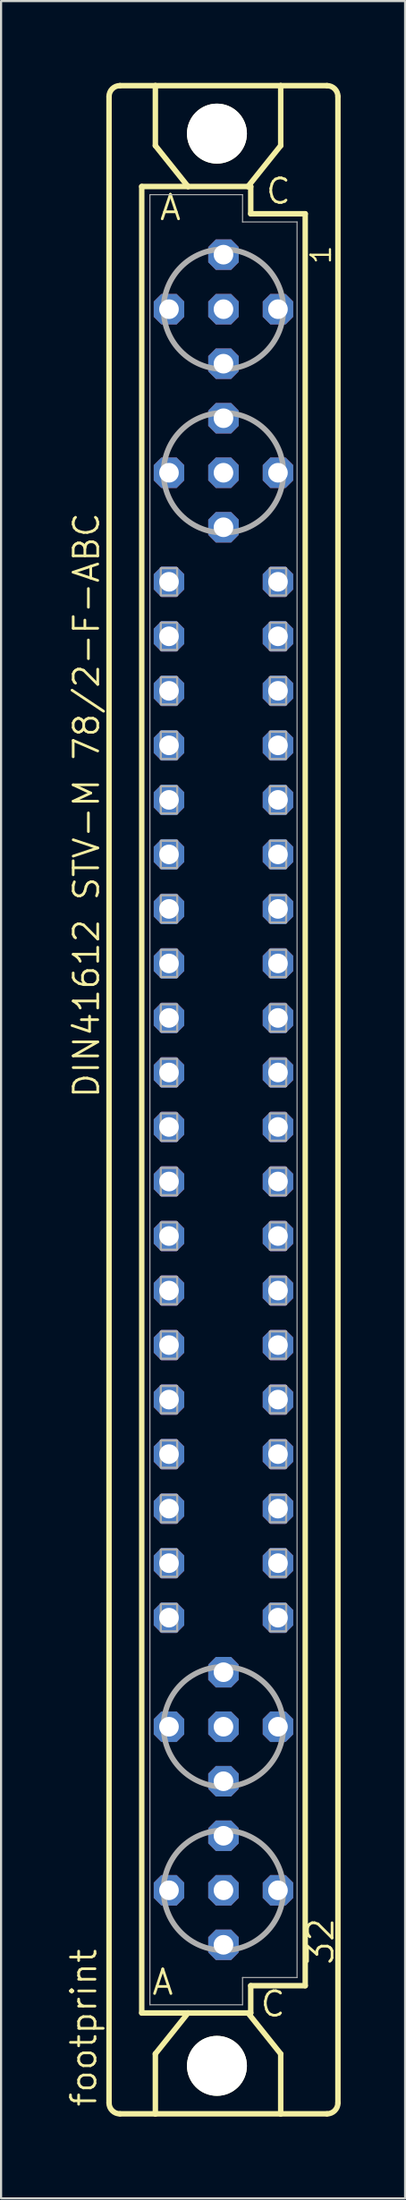
<source format=kicad_pcb>
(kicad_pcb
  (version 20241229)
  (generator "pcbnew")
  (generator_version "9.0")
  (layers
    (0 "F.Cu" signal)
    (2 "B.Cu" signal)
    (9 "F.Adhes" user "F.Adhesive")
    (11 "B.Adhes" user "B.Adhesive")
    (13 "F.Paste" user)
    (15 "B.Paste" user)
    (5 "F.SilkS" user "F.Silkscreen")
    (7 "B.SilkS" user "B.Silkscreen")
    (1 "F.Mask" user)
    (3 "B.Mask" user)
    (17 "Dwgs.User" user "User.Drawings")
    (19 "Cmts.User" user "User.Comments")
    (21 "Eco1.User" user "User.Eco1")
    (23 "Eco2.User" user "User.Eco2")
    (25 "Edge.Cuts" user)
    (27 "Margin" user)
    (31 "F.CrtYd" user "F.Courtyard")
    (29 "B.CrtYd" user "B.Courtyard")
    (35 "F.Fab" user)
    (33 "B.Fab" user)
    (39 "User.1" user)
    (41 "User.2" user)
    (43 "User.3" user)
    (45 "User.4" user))
  (footprint "footprint"
    (layer "F.Cu")
    (at 7.366 48.184)
    (property "Reference" "footprint" (at -5.842 46.99 90) (layer "F.SilkS") (effects (font (size 1.143 1.143) (thickness 0.127)) (justify left bottom)))
    (fp_line (start -5.334 46.736) (end -5.334 -46.736) (stroke (width 0.254) (type solid)) (layer "F.SilkS"))
    (fp_line (start -4.826 -47.244) (end -3.175 -47.244) (stroke (width 0.254) (type solid)) (layer "F.SilkS"))
    (fp_line (start -4.826 47.244) (end -3.175 47.244) (stroke (width 0.254) (type solid)) (layer "F.SilkS"))
    (fp_line (start -3.81 -42.545) (end -3.81 42.545) (stroke (width 0.254) (type solid)) (layer "F.SilkS"))
    (fp_line (start -3.81 42.545) (end -1.651 42.545) (stroke (width 0.254) (type solid)) (layer "F.SilkS"))
    (fp_line (start -3.175 -47.244) (end -3.175 -44.45) (stroke (width 0.254) (type solid)) (layer "F.SilkS"))
    (fp_line (start -3.175 47.244) (end -3.175 44.45) (stroke (width 0.254) (type solid)) (layer "F.SilkS"))
    (fp_line (start -3.175 47.244) (end 2.667 47.244) (stroke (width 0.254) (type solid)) (layer "F.SilkS"))
    (fp_line (start -1.651 -42.545) (end -3.81 -42.545) (stroke (width 0.254) (type solid)) (layer "F.SilkS"))
    (fp_line (start -1.651 -42.545) (end -3.175 -44.45) (stroke (width 0.254) (type solid)) (layer "F.SilkS"))
    (fp_line (start -1.651 42.545) (end -3.175 44.45) (stroke (width 0.254) (type solid)) (layer "F.SilkS"))
    (fp_line (start -1.651 42.545) (end 1.143 42.545) (stroke (width 0.254) (type solid)) (layer "F.SilkS"))
    (fp_line (start 1.143 -42.545) (end -1.651 -42.545) (stroke (width 0.254) (type solid)) (layer "F.SilkS"))
    (fp_line (start 1.143 -42.545) (end 2.667 -44.45) (stroke (width 0.254) (type solid)) (layer "F.SilkS"))
    (fp_line (start 1.143 42.545) (end 1.27 42.545) (stroke (width 0.254) (type solid)) (layer "F.SilkS"))
    (fp_line (start 1.143 42.545) (end 2.667 44.45) (stroke (width 0.254) (type solid)) (layer "F.SilkS"))
    (fp_line (start 1.27 -42.545) (end 1.143 -42.545) (stroke (width 0.254) (type solid)) (layer "F.SilkS"))
    (fp_line (start 1.27 -41.275) (end 1.27 -42.545) (stroke (width 0.254) (type solid)) (layer "F.SilkS"))
    (fp_line (start 1.27 41.275) (end 3.81 41.275) (stroke (width 0.254) (type solid)) (layer "F.SilkS"))
    (fp_line (start 1.27 42.545) (end 1.27 41.275) (stroke (width 0.254) (type solid)) (layer "F.SilkS"))
    (fp_line (start 2.667 -47.244) (end -3.175 -47.244) (stroke (width 0.254) (type solid)) (layer "F.SilkS"))
    (fp_line (start 2.667 -47.244) (end 2.667 -44.45) (stroke (width 0.254) (type solid)) (layer "F.SilkS"))
    (fp_line (start 2.667 47.244) (end 2.667 44.45) (stroke (width 0.254) (type solid)) (layer "F.SilkS"))
    (fp_line (start 2.667 47.244) (end 4.826 47.244) (stroke (width 0.254) (type solid)) (layer "F.SilkS"))
    (fp_line (start 3.81 -41.275) (end 1.27 -41.275) (stroke (width 0.254) (type solid)) (layer "F.SilkS"))
    (fp_line (start 3.81 41.275) (end 3.81 -41.275) (stroke (width 0.254) (type solid)) (layer "F.SilkS"))
    (fp_line (start 4.826 -47.244) (end 2.667 -47.244) (stroke (width 0.254) (type solid)) (layer "F.SilkS"))
    (fp_line (start 5.334 46.736) (end 5.334 -46.736) (stroke (width 0.254) (type solid)) (layer "F.SilkS"))
    (fp_arc (start -5.334 -46.736) (mid -5.18521 -47.09521) (end -4.826 -47.244) (stroke (width 0.254) (type solid)) (layer "F.SilkS"))
    (fp_arc (start -4.826 47.244) (mid -5.18521 47.09521) (end -5.334 46.736) (stroke (width 0.254) (type solid)) (layer "F.SilkS"))
    (fp_arc (start 4.826 -47.244) (mid 5.18521 -47.09521) (end 5.334 -46.736) (stroke (width 0.254) (type solid)) (layer "F.SilkS"))
    (fp_arc (start 5.334 46.736) (mid 5.18521 47.09521) (end 4.826 47.244) (stroke (width 0.254) (type solid)) (layer "F.SilkS"))
    (fp_circle (center -0.305 -45.009) (end 0.965 -45.009) (stroke (width 0.254) (type solid)) (fill no) (layer "F.SilkS"))
    (fp_circle (center -0.305 45.009) (end 0.965 45.009) (stroke (width 0.254) (type solid)) (fill no) (layer "F.SilkS"))
    (fp_line (start -3.429 -42.164) (end -3.429 42.164) (stroke (width 0.051) (type solid)) (layer "F.Fab"))
    (fp_line (start -3.429 -42.164) (end 0.889 -42.164) (stroke (width 0.051) (type solid)) (layer "F.Fab"))
    (fp_line (start -3.429 42.164) (end 0.889 42.164) (stroke (width 0.051) (type solid)) (layer "F.Fab"))
    (fp_line (start 0.889 -42.164) (end 0.889 -40.894) (stroke (width 0.051) (type solid)) (layer "F.Fab"))
    (fp_line (start 0.889 -40.894) (end 3.429 -40.894) (stroke (width 0.051) (type solid)) (layer "F.Fab"))
    (fp_line (start 0.889 40.894) (end 3.429 40.894) (stroke (width 0.051) (type solid)) (layer "F.Fab"))
    (fp_line (start 0.889 42.164) (end 0.889 40.894) (stroke (width 0.051) (type solid)) (layer "F.Fab"))
    (fp_line (start 3.429 -40.894) (end 3.429 40.894) (stroke (width 0.051) (type solid)) (layer "F.Fab"))
    (fp_circle (center 0 -36.83) (end 2.794 -36.83) (stroke (width 0.254) (type solid)) (fill no) (layer "F.Fab"))
    (fp_circle (center 0 -29.21) (end 2.794 -29.21) (stroke (width 0.254) (type solid)) (fill no) (layer "F.Fab"))
    (fp_circle (center 0 29.21) (end 2.794 29.21) (stroke (width 0.254) (type solid)) (fill no) (layer "F.Fab"))
    (fp_circle (center 0 36.83) (end 2.794 36.83) (stroke (width 0.254) (type solid)) (fill no) (layer "F.Fab"))
    (fp_poly (pts (xy -2.921 -23.495) (xy -2.159 -23.495) (xy -2.159 -24.765) (xy -2.921 -24.765)) (stroke (width 0.1) (type solid)) (fill no) (layer "F.Fab"))
    (fp_poly (pts (xy -2.921 -20.955) (xy -2.159 -20.955) (xy -2.159 -22.225) (xy -2.921 -22.225)) (stroke (width 0.1) (type solid)) (fill no) (layer "F.Fab"))
    (fp_poly (pts (xy -2.921 -18.415) (xy -2.159 -18.415) (xy -2.159 -19.685) (xy -2.921 -19.685)) (stroke (width 0.1) (type solid)) (fill no) (layer "F.Fab"))
    (fp_poly (pts (xy -2.921 -15.875) (xy -2.159 -15.875) (xy -2.159 -17.145) (xy -2.921 -17.145)) (stroke (width 0.1) (type solid)) (fill no) (layer "F.Fab"))
    (fp_poly (pts (xy -2.921 -13.335) (xy -2.159 -13.335) (xy -2.159 -14.605) (xy -2.921 -14.605)) (stroke (width 0.1) (type solid)) (fill no) (layer "F.Fab"))
    (fp_poly (pts (xy -2.921 -10.795) (xy -2.159 -10.795) (xy -2.159 -12.065) (xy -2.921 -12.065)) (stroke (width 0.1) (type solid)) (fill no) (layer "F.Fab"))
    (fp_poly (pts (xy -2.921 -8.255) (xy -2.159 -8.255) (xy -2.159 -9.525) (xy -2.921 -9.525)) (stroke (width 0.1) (type solid)) (fill no) (layer "F.Fab"))
    (fp_poly (pts (xy -2.921 -5.715) (xy -2.159 -5.715) (xy -2.159 -6.985) (xy -2.921 -6.985)) (stroke (width 0.1) (type solid)) (fill no) (layer "F.Fab"))
    (fp_poly (pts (xy -2.921 -3.175) (xy -2.159 -3.175) (xy -2.159 -4.445) (xy -2.921 -4.445)) (stroke (width 0.1) (type solid)) (fill no) (layer "F.Fab"))
    (fp_poly (pts (xy -2.921 -0.635) (xy -2.159 -0.635) (xy -2.159 -1.905) (xy -2.921 -1.905)) (stroke (width 0.1) (type solid)) (fill no) (layer "F.Fab"))
    (fp_poly (pts (xy -2.921 1.905) (xy -2.159 1.905) (xy -2.159 0.635) (xy -2.921 0.635)) (stroke (width 0.1) (type solid)) (fill no) (layer "F.Fab"))
    (fp_poly (pts (xy -2.921 4.445) (xy -2.159 4.445) (xy -2.159 3.175) (xy -2.921 3.175)) (stroke (width 0.1) (type solid)) (fill no) (layer "F.Fab"))
    (fp_poly (pts (xy -2.921 6.985) (xy -2.159 6.985) (xy -2.159 5.715) (xy -2.921 5.715)) (stroke (width 0.1) (type solid)) (fill no) (layer "F.Fab"))
    (fp_poly (pts (xy -2.921 9.525) (xy -2.159 9.525) (xy -2.159 8.255) (xy -2.921 8.255)) (stroke (width 0.1) (type solid)) (fill no) (layer "F.Fab"))
    (fp_poly (pts (xy -2.921 12.065) (xy -2.159 12.065) (xy -2.159 10.795) (xy -2.921 10.795)) (stroke (width 0.1) (type solid)) (fill no) (layer "F.Fab"))
    (fp_poly (pts (xy -2.921 14.605) (xy -2.159 14.605) (xy -2.159 13.335) (xy -2.921 13.335)) (stroke (width 0.1) (type solid)) (fill no) (layer "F.Fab"))
    (fp_poly (pts (xy -2.921 17.145) (xy -2.159 17.145) (xy -2.159 15.875) (xy -2.921 15.875)) (stroke (width 0.1) (type solid)) (fill no) (layer "F.Fab"))
    (fp_poly (pts (xy -2.921 19.685) (xy -2.159 19.685) (xy -2.159 18.415) (xy -2.921 18.415)) (stroke (width 0.1) (type solid)) (fill no) (layer "F.Fab"))
    (fp_poly (pts (xy -2.921 22.225) (xy -2.159 22.225) (xy -2.159 20.955) (xy -2.921 20.955)) (stroke (width 0.1) (type solid)) (fill no) (layer "F.Fab"))
    (fp_poly (pts (xy -2.921 24.765) (xy -2.159 24.765) (xy -2.159 23.495) (xy -2.921 23.495)) (stroke (width 0.1) (type solid)) (fill no) (layer "F.Fab"))
    (fp_poly (pts (xy 2.159 -23.495) (xy 2.921 -23.495) (xy 2.921 -24.765) (xy 2.159 -24.765)) (stroke (width 0.1) (type solid)) (fill no) (layer "F.Fab"))
    (fp_poly (pts (xy 2.159 -20.955) (xy 2.921 -20.955) (xy 2.921 -22.225) (xy 2.159 -22.225)) (stroke (width 0.1) (type solid)) (fill no) (layer "F.Fab"))
    (fp_poly (pts (xy 2.159 -18.415) (xy 2.921 -18.415) (xy 2.921 -19.685) (xy 2.159 -19.685)) (stroke (width 0.1) (type solid)) (fill no) (layer "F.Fab"))
    (fp_poly (pts (xy 2.159 -15.875) (xy 2.921 -15.875) (xy 2.921 -17.145) (xy 2.159 -17.145)) (stroke (width 0.1) (type solid)) (fill no) (layer "F.Fab"))
    (fp_poly (pts (xy 2.159 -13.335) (xy 2.921 -13.335) (xy 2.921 -14.605) (xy 2.159 -14.605)) (stroke (width 0.1) (type solid)) (fill no) (layer "F.Fab"))
    (fp_poly (pts (xy 2.159 -10.795) (xy 2.921 -10.795) (xy 2.921 -12.065) (xy 2.159 -12.065)) (stroke (width 0.1) (type solid)) (fill no) (layer "F.Fab"))
    (fp_poly (pts (xy 2.159 -8.255) (xy 2.921 -8.255) (xy 2.921 -9.525) (xy 2.159 -9.525)) (stroke (width 0.1) (type solid)) (fill no) (layer "F.Fab"))
    (fp_poly (pts (xy 2.159 -5.715) (xy 2.921 -5.715) (xy 2.921 -6.985) (xy 2.159 -6.985)) (stroke (width 0.1) (type solid)) (fill no) (layer "F.Fab"))
    (fp_poly (pts (xy 2.159 -3.175) (xy 2.921 -3.175) (xy 2.921 -4.445) (xy 2.159 -4.445)) (stroke (width 0.1) (type solid)) (fill no) (layer "F.Fab"))
    (fp_poly (pts (xy 2.159 -0.635) (xy 2.921 -0.635) (xy 2.921 -1.905) (xy 2.159 -1.905)) (stroke (width 0.1) (type solid)) (fill no) (layer "F.Fab"))
    (fp_poly (pts (xy 2.159 1.905) (xy 2.921 1.905) (xy 2.921 0.635) (xy 2.159 0.635)) (stroke (width 0.1) (type solid)) (fill no) (layer "F.Fab"))
    (fp_poly (pts (xy 2.159 4.445) (xy 2.921 4.445) (xy 2.921 3.175) (xy 2.159 3.175)) (stroke (width 0.1) (type solid)) (fill no) (layer "F.Fab"))
    (fp_poly (pts (xy 2.159 6.985) (xy 2.921 6.985) (xy 2.921 5.715) (xy 2.159 5.715)) (stroke (width 0.1) (type solid)) (fill no) (layer "F.Fab"))
    (fp_poly (pts (xy 2.159 9.525) (xy 2.921 9.525) (xy 2.921 8.255) (xy 2.159 8.255)) (stroke (width 0.1) (type solid)) (fill no) (layer "F.Fab"))
    (fp_poly (pts (xy 2.159 12.065) (xy 2.921 12.065) (xy 2.921 10.795) (xy 2.159 10.795)) (stroke (width 0.1) (type solid)) (fill no) (layer "F.Fab"))
    (fp_poly (pts (xy 2.159 14.605) (xy 2.921 14.605) (xy 2.921 13.335) (xy 2.159 13.335)) (stroke (width 0.1) (type solid)) (fill no) (layer "F.Fab"))
    (fp_poly (pts (xy 2.159 17.145) (xy 2.921 17.145) (xy 2.921 15.875) (xy 2.159 15.875)) (stroke (width 0.1) (type solid)) (fill no) (layer "F.Fab"))
    (fp_poly (pts (xy 2.159 19.685) (xy 2.921 19.685) (xy 2.921 18.415) (xy 2.159 18.415)) (stroke (width 0.1) (type solid)) (fill no) (layer "F.Fab"))
    (fp_poly (pts (xy 2.159 22.225) (xy 2.921 22.225) (xy 2.921 20.955) (xy 2.159 20.955)) (stroke (width 0.1) (type solid)) (fill no) (layer "F.Fab"))
    (fp_poly (pts (xy 2.159 24.765) (xy 2.921 24.765) (xy 2.921 23.495) (xy 2.159 23.495)) (stroke (width 0.1) (type solid)) (fill no) (layer "F.Fab"))
    (fp_text user "A" (at -3.048 -40.894 0) (layer "F.SilkS") (effects (font (size 1.143 1.143) (thickness 0.127)) (justify left bottom)))
    (fp_text user "1" (at 5.08 -38.862 90) (layer "F.SilkS") (effects (font (size 0.914 0.914) (thickness 0.102)) (justify left bottom)))
    (fp_text user "DIN41612 STV-M 78/2-F-ABC" (at -5.715 0 90) (layer "F.SilkS") (effects (font (size 1.143 1.143) (thickness 0.127)) (justify left bottom)))
    (fp_text user " A " (at -4.275 41.783 0) (layer "F.SilkS") (effects (font (size 1.143 1.143) (thickness 0.127)) (justify left bottom)))
    (fp_text user "C" (at 1.905 -41.656 0) (layer "F.SilkS") (effects (font (size 1.143 1.143) (thickness 0.127)) (justify left bottom)))
    (fp_text user " C " (at 0.778 42.799 0) (layer "F.SilkS") (effects (font (size 1.143 1.143) (thickness 0.127)) (justify left bottom)))
    (fp_text user "32" (at 5.207 40.386 90) (layer "F.SilkS") (effects (font (size 1.143 1.143) (thickness 0.127)) (justify left bottom)))
    (pad "" np_thru_hole circle (at -0.305 -45.009) (size 2.794 2.794) (drill 2.794) (layers "*.Cu" "*.Mask"))
    (pad "" np_thru_hole circle (at -0.305 45.009) (size 2.794 2.794) (drill 2.794) (layers "*.Cu" "*.Mask"))
    (pad "A2" thru_hole roundrect (at -2.54 -36.83) (size 1.422 1.422) (drill 0.914) (layers "*.Cu" "*.Mask") (roundrect_rratio 0.25) (chamfer_ratio 0.25) (chamfer top_left top_right bottom_left bottom_right))
    (pad "A5" thru_hole roundrect (at -2.54 -29.21) (size 1.422 1.422) (drill 0.914) (layers "*.Cu" "*.Mask") (roundrect_rratio 0.25) (chamfer_ratio 0.25) (chamfer top_left top_right bottom_left bottom_right))
    (pad "A7" thru_hole roundrect (at -2.54 -24.13) (size 1.422 1.422) (drill 0.914) (layers "*.Cu" "*.Mask") (roundrect_rratio 0.25) (chamfer_ratio 0.25) (chamfer top_left top_right bottom_left bottom_right))
    (pad "A8" thru_hole roundrect (at -2.54 -21.59) (size 1.422 1.422) (drill 0.914) (layers "*.Cu" "*.Mask") (roundrect_rratio 0.25) (chamfer_ratio 0.25) (chamfer top_left top_right bottom_left bottom_right))
    (pad "A9" thru_hole roundrect (at -2.54 -19.05) (size 1.422 1.422) (drill 0.914) (layers "*.Cu" "*.Mask") (roundrect_rratio 0.25) (chamfer_ratio 0.25) (chamfer top_left top_right bottom_left bottom_right))
    (pad "A10" thru_hole roundrect (at -2.54 -16.51) (size 1.422 1.422) (drill 0.914) (layers "*.Cu" "*.Mask") (roundrect_rratio 0.25) (chamfer_ratio 0.25) (chamfer top_left top_right bottom_left bottom_right))
    (pad "A11" thru_hole roundrect (at -2.54 -13.97) (size 1.422 1.422) (drill 0.914) (layers "*.Cu" "*.Mask") (roundrect_rratio 0.25) (chamfer_ratio 0.25) (chamfer top_left top_right bottom_left bottom_right))
    (pad "A12" thru_hole roundrect (at -2.54 -11.43) (size 1.422 1.422) (drill 0.914) (layers "*.Cu" "*.Mask") (roundrect_rratio 0.25) (chamfer_ratio 0.25) (chamfer top_left top_right bottom_left bottom_right))
    (pad "A13" thru_hole roundrect (at -2.54 -8.89) (size 1.422 1.422) (drill 0.914) (layers "*.Cu" "*.Mask") (roundrect_rratio 0.25) (chamfer_ratio 0.25) (chamfer top_left top_right bottom_left bottom_right))
    (pad "A14" thru_hole roundrect (at -2.54 -6.35) (size 1.422 1.422) (drill 0.914) (layers "*.Cu" "*.Mask") (roundrect_rratio 0.25) (chamfer_ratio 0.25) (chamfer top_left top_right bottom_left bottom_right))
    (pad "A15" thru_hole roundrect (at -2.54 -3.81) (size 1.422 1.422) (drill 0.914) (layers "*.Cu" "*.Mask") (roundrect_rratio 0.25) (chamfer_ratio 0.25) (chamfer top_left top_right bottom_left bottom_right))
    (pad "A16" thru_hole roundrect (at -2.54 -1.27) (size 1.422 1.422) (drill 0.914) (layers "*.Cu" "*.Mask") (roundrect_rratio 0.25) (chamfer_ratio 0.25) (chamfer top_left top_right bottom_left bottom_right))
    (pad "A17" thru_hole roundrect (at -2.54 1.27) (size 1.422 1.422) (drill 0.914) (layers "*.Cu" "*.Mask") (roundrect_rratio 0.25) (chamfer_ratio 0.25) (chamfer top_left top_right bottom_left bottom_right))
    (pad "A18" thru_hole roundrect (at -2.54 3.81) (size 1.422 1.422) (drill 0.914) (layers "*.Cu" "*.Mask") (roundrect_rratio 0.25) (chamfer_ratio 0.25) (chamfer top_left top_right bottom_left bottom_right))
    (pad "A19" thru_hole roundrect (at -2.54 6.35) (size 1.422 1.422) (drill 0.914) (layers "*.Cu" "*.Mask") (roundrect_rratio 0.25) (chamfer_ratio 0.25) (chamfer top_left top_right bottom_left bottom_right))
    (pad "A20" thru_hole roundrect (at -2.54 8.89) (size 1.422 1.422) (drill 0.914) (layers "*.Cu" "*.Mask") (roundrect_rratio 0.25) (chamfer_ratio 0.25) (chamfer top_left top_right bottom_left bottom_right))
    (pad "A21" thru_hole roundrect (at -2.54 11.43) (size 1.422 1.422) (drill 0.914) (layers "*.Cu" "*.Mask") (roundrect_rratio 0.25) (chamfer_ratio 0.25) (chamfer top_left top_right bottom_left bottom_right))
    (pad "A22" thru_hole roundrect (at -2.54 13.97) (size 1.422 1.422) (drill 0.914) (layers "*.Cu" "*.Mask") (roundrect_rratio 0.25) (chamfer_ratio 0.25) (chamfer top_left top_right bottom_left bottom_right))
    (pad "A23" thru_hole roundrect (at -2.54 16.51) (size 1.422 1.422) (drill 0.914) (layers "*.Cu" "*.Mask") (roundrect_rratio 0.25) (chamfer_ratio 0.25) (chamfer top_left top_right bottom_left bottom_right))
    (pad "A24" thru_hole roundrect (at -2.54 19.05) (size 1.422 1.422) (drill 0.914) (layers "*.Cu" "*.Mask") (roundrect_rratio 0.25) (chamfer_ratio 0.25) (chamfer top_left top_right bottom_left bottom_right))
    (pad "A25" thru_hole roundrect (at -2.54 21.59) (size 1.422 1.422) (drill 0.914) (layers "*.Cu" "*.Mask") (roundrect_rratio 0.25) (chamfer_ratio 0.25) (chamfer top_left top_right bottom_left bottom_right))
    (pad "A26" thru_hole roundrect (at -2.54 24.13) (size 1.422 1.422) (drill 0.914) (layers "*.Cu" "*.Mask") (roundrect_rratio 0.25) (chamfer_ratio 0.25) (chamfer top_left top_right bottom_left bottom_right))
    (pad "A28" thru_hole roundrect (at -2.54 29.21) (size 1.422 1.422) (drill 0.914) (layers "*.Cu" "*.Mask") (roundrect_rratio 0.25) (chamfer_ratio 0.25) (chamfer top_left top_right bottom_left bottom_right))
    (pad "A31" thru_hole roundrect (at -2.54 36.83) (size 1.422 1.422) (drill 0.914) (layers "*.Cu" "*.Mask") (roundrect_rratio 0.25) (chamfer_ratio 0.25) (chamfer top_left top_right bottom_left bottom_right))
    (pad "B1" thru_hole roundrect (at 0 -39.37) (size 1.422 1.422) (drill 0.914) (layers "*.Cu" "*.Mask") (roundrect_rratio 0.25) (chamfer_ratio 0.25) (chamfer top_left top_right bottom_left bottom_right))
    (pad "B2" thru_hole roundrect (at 0 -36.83) (size 1.422 1.422) (drill 0.914) (layers "*.Cu" "*.Mask") (roundrect_rratio 0.25) (chamfer_ratio 0.25) (chamfer top_left top_right bottom_left bottom_right))
    (pad "B3" thru_hole roundrect (at 0 -34.29) (size 1.422 1.422) (drill 0.914) (layers "*.Cu" "*.Mask") (roundrect_rratio 0.25) (chamfer_ratio 0.25) (chamfer top_left top_right bottom_left bottom_right))
    (pad "B4" thru_hole roundrect (at 0 -31.75) (size 1.422 1.422) (drill 0.914) (layers "*.Cu" "*.Mask") (roundrect_rratio 0.25) (chamfer_ratio 0.25) (chamfer top_left top_right bottom_left bottom_right))
    (pad "B5" thru_hole roundrect (at 0 -29.21) (size 1.422 1.422) (drill 0.914) (layers "*.Cu" "*.Mask") (roundrect_rratio 0.25) (chamfer_ratio 0.25) (chamfer top_left top_right bottom_left bottom_right))
    (pad "B6" thru_hole roundrect (at 0 -26.67) (size 1.422 1.422) (drill 0.914) (layers "*.Cu" "*.Mask") (roundrect_rratio 0.25) (chamfer_ratio 0.25) (chamfer top_left top_right bottom_left bottom_right))
    (pad "B27" thru_hole roundrect (at 0 26.67) (size 1.422 1.422) (drill 0.914) (layers "*.Cu" "*.Mask") (roundrect_rratio 0.25) (chamfer_ratio 0.25) (chamfer top_left top_right bottom_left bottom_right))
    (pad "B28" thru_hole roundrect (at 0 29.21) (size 1.422 1.422) (drill 0.914) (layers "*.Cu" "*.Mask") (roundrect_rratio 0.25) (chamfer_ratio 0.25) (chamfer top_left top_right bottom_left bottom_right))
    (pad "B29" thru_hole roundrect (at 0 31.75) (size 1.422 1.422) (drill 0.914) (layers "*.Cu" "*.Mask") (roundrect_rratio 0.25) (chamfer_ratio 0.25) (chamfer top_left top_right bottom_left bottom_right))
    (pad "B30" thru_hole roundrect (at 0 34.29) (size 1.422 1.422) (drill 0.914) (layers "*.Cu" "*.Mask") (roundrect_rratio 0.25) (chamfer_ratio 0.25) (chamfer top_left top_right bottom_left bottom_right))
    (pad "B31" thru_hole roundrect (at 0 36.83) (size 1.422 1.422) (drill 0.914) (layers "*.Cu" "*.Mask") (roundrect_rratio 0.25) (chamfer_ratio 0.25) (chamfer top_left top_right bottom_left bottom_right))
    (pad "B32" thru_hole roundrect (at 0 39.37) (size 1.422 1.422) (drill 0.914) (layers "*.Cu" "*.Mask") (roundrect_rratio 0.25) (chamfer_ratio 0.25) (chamfer top_left top_right bottom_left bottom_right))
    (pad "C2" thru_hole roundrect (at 2.54 -36.83) (size 1.422 1.422) (drill 0.914) (layers "*.Cu" "*.Mask") (roundrect_rratio 0.25) (chamfer_ratio 0.25) (chamfer top_left top_right bottom_left bottom_right))
    (pad "C5" thru_hole roundrect (at 2.54 -29.21) (size 1.422 1.422) (drill 0.914) (layers "*.Cu" "*.Mask") (roundrect_rratio 0.25) (chamfer_ratio 0.25) (chamfer top_left top_right bottom_left bottom_right))
    (pad "C7" thru_hole roundrect (at 2.54 -24.13) (size 1.422 1.422) (drill 0.914) (layers "*.Cu" "*.Mask") (roundrect_rratio 0.25) (chamfer_ratio 0.25) (chamfer top_left top_right bottom_left bottom_right))
    (pad "C8" thru_hole roundrect (at 2.54 -21.59) (size 1.422 1.422) (drill 0.914) (layers "*.Cu" "*.Mask") (roundrect_rratio 0.25) (chamfer_ratio 0.25) (chamfer top_left top_right bottom_left bottom_right))
    (pad "C9" thru_hole roundrect (at 2.54 -19.05) (size 1.422 1.422) (drill 0.914) (layers "*.Cu" "*.Mask") (roundrect_rratio 0.25) (chamfer_ratio 0.25) (chamfer top_left top_right bottom_left bottom_right))
    (pad "C10" thru_hole roundrect (at 2.54 -16.51) (size 1.422 1.422) (drill 0.914) (layers "*.Cu" "*.Mask") (roundrect_rratio 0.25) (chamfer_ratio 0.25) (chamfer top_left top_right bottom_left bottom_right))
    (pad "C11" thru_hole roundrect (at 2.54 -13.97) (size 1.422 1.422) (drill 0.914) (layers "*.Cu" "*.Mask") (roundrect_rratio 0.25) (chamfer_ratio 0.25) (chamfer top_left top_right bottom_left bottom_right))
    (pad "C12" thru_hole roundrect (at 2.54 -11.43) (size 1.422 1.422) (drill 0.914) (layers "*.Cu" "*.Mask") (roundrect_rratio 0.25) (chamfer_ratio 0.25) (chamfer top_left top_right bottom_left bottom_right))
    (pad "C13" thru_hole roundrect (at 2.54 -8.89) (size 1.422 1.422) (drill 0.914) (layers "*.Cu" "*.Mask") (roundrect_rratio 0.25) (chamfer_ratio 0.25) (chamfer top_left top_right bottom_left bottom_right))
    (pad "C14" thru_hole roundrect (at 2.54 -6.35) (size 1.422 1.422) (drill 0.914) (layers "*.Cu" "*.Mask") (roundrect_rratio 0.25) (chamfer_ratio 0.25) (chamfer top_left top_right bottom_left bottom_right))
    (pad "C15" thru_hole roundrect (at 2.54 -3.81) (size 1.422 1.422) (drill 0.914) (layers "*.Cu" "*.Mask") (roundrect_rratio 0.25) (chamfer_ratio 0.25) (chamfer top_left top_right bottom_left bottom_right))
    (pad "C16" thru_hole roundrect (at 2.54 -1.27) (size 1.422 1.422) (drill 0.914) (layers "*.Cu" "*.Mask") (roundrect_rratio 0.25) (chamfer_ratio 0.25) (chamfer top_left top_right bottom_left bottom_right))
    (pad "C17" thru_hole roundrect (at 2.54 1.27) (size 1.422 1.422) (drill 0.914) (layers "*.Cu" "*.Mask") (roundrect_rratio 0.25) (chamfer_ratio 0.25) (chamfer top_left top_right bottom_left bottom_right))
    (pad "C18" thru_hole roundrect (at 2.54 3.81) (size 1.422 1.422) (drill 0.914) (layers "*.Cu" "*.Mask") (roundrect_rratio 0.25) (chamfer_ratio 0.25) (chamfer top_left top_right bottom_left bottom_right))
    (pad "C19" thru_hole roundrect (at 2.54 6.35) (size 1.422 1.422) (drill 0.914) (layers "*.Cu" "*.Mask") (roundrect_rratio 0.25) (chamfer_ratio 0.25) (chamfer top_left top_right bottom_left bottom_right))
    (pad "C20" thru_hole roundrect (at 2.54 8.89) (size 1.422 1.422) (drill 0.914) (layers "*.Cu" "*.Mask") (roundrect_rratio 0.25) (chamfer_ratio 0.25) (chamfer top_left top_right bottom_left bottom_right))
    (pad "C21" thru_hole roundrect (at 2.54 11.43) (size 1.422 1.422) (drill 0.914) (layers "*.Cu" "*.Mask") (roundrect_rratio 0.25) (chamfer_ratio 0.25) (chamfer top_left top_right bottom_left bottom_right))
    (pad "C22" thru_hole roundrect (at 2.54 13.97) (size 1.422 1.422) (drill 0.914) (layers "*.Cu" "*.Mask") (roundrect_rratio 0.25) (chamfer_ratio 0.25) (chamfer top_left top_right bottom_left bottom_right))
    (pad "C23" thru_hole roundrect (at 2.54 16.51) (size 1.422 1.422) (drill 0.914) (layers "*.Cu" "*.Mask") (roundrect_rratio 0.25) (chamfer_ratio 0.25) (chamfer top_left top_right bottom_left bottom_right))
    (pad "C24" thru_hole roundrect (at 2.54 19.05) (size 1.422 1.422) (drill 0.914) (layers "*.Cu" "*.Mask") (roundrect_rratio 0.25) (chamfer_ratio 0.25) (chamfer top_left top_right bottom_left bottom_right))
    (pad "C25" thru_hole roundrect (at 2.54 21.59) (size 1.422 1.422) (drill 0.914) (layers "*.Cu" "*.Mask") (roundrect_rratio 0.25) (chamfer_ratio 0.25) (chamfer top_left top_right bottom_left bottom_right))
    (pad "C26" thru_hole roundrect (at 2.54 24.13) (size 1.422 1.422) (drill 0.914) (layers "*.Cu" "*.Mask") (roundrect_rratio 0.25) (chamfer_ratio 0.25) (chamfer top_left top_right bottom_left bottom_right))
    (pad "C28" thru_hole roundrect (at 2.54 29.21) (size 1.422 1.422) (drill 0.914) (layers "*.Cu" "*.Mask") (roundrect_rratio 0.25) (chamfer_ratio 0.25) (chamfer top_left top_right bottom_left bottom_right))
    (pad "C31" thru_hole roundrect (at 2.54 36.83) (size 1.422 1.422) (drill 0.914) (layers "*.Cu" "*.Mask") (roundrect_rratio 0.25) (chamfer_ratio 0.25) (chamfer top_left top_right bottom_left bottom_right))
    (zone (net_name "") (layers "F.Cu" "B.Cu") (hatch edge 0.508) (connect_pads) (min_thickness 0.254) (filled_areas_thickness no) (keepout (tracks allowed) (vias not_allowed) (pads allowed) (copperpour allowed) (footprints allowed)) (placement (enabled no)) (fill) (polygon (pts (xy 10.236 3.175) (xy 10.188 2.624) (xy 10.045 2.089) (xy 9.811 1.587) (xy 9.493 1.134) (xy 9.102 0.743) (xy 8.649 0.425) (xy 8.147 0.191) (xy 7.613 0.048) (xy 7.061 0) (xy 6.51 0.048) (xy 5.975 0.191) (xy 5.474 0.425) (xy 5.02 0.743) (xy 4.629 1.134) (xy 4.312 1.587) (xy 4.078 2.089) (xy 3.934 2.624) (xy 3.886 3.175) (xy 3.934 3.726) (xy 4.078 4.261) (xy 4.312 4.763) (xy 4.629 5.216) (xy 5.02 5.607) (xy 5.474 5.925) (xy 5.975 6.159) (xy 6.51 6.302) (xy 7.061 6.35) (xy 7.613 6.302) (xy 8.147 6.159) (xy 8.649 5.925) (xy 9.102 5.607) (xy 9.493 5.216) (xy 9.811 4.763) (xy 10.045 4.261) (xy 10.188 3.726))) (polygon (pts (xy 8.458 3.175) (xy 8.437 2.932) (xy 8.374 2.697) (xy 8.271 2.477) (xy 8.131 2.277) (xy 7.959 2.105) (xy 7.76 1.965) (xy 7.539 1.862) (xy 7.304 1.799) (xy 7.061 1.778) (xy 6.819 1.799) (xy 6.583 1.862) (xy 6.363 1.965) (xy 6.163 2.105) (xy 5.991 2.277) (xy 5.851 2.477) (xy 5.748 2.697) (xy 5.685 2.932) (xy 5.664 3.175) (xy 5.685 3.418) (xy 5.748 3.653) (xy 5.851 3.873) (xy 5.991 4.073) (xy 6.163 4.245) (xy 6.363 4.385) (xy 6.583 4.488) (xy 6.819 4.551) (xy 7.061 4.572) (xy 7.304 4.551) (xy 7.539 4.488) (xy 7.76 4.385) (xy 7.959 4.245) (xy 8.131 4.073) (xy 8.271 3.873) (xy 8.374 3.653) (xy 8.437 3.418))))
    (zone (net_name "") (layers "F.Cu" "B.Cu") (hatch edge 0.508) (connect_pads) (min_thickness 0.254) (filled_areas_thickness no) (keepout (tracks allowed) (vias not_allowed) (pads allowed) (copperpour allowed) (footprints allowed)) (placement (enabled no)) (fill) (polygon (pts (xy 10.236 93.193) (xy 10.188 92.641) (xy 10.045 92.107) (xy 9.811 91.605) (xy 9.493 91.152) (xy 9.102 90.76) (xy 8.649 90.443) (xy 8.147 90.209) (xy 7.613 90.066) (xy 7.061 90.018) (xy 6.51 90.066) (xy 5.975 90.209) (xy 5.474 90.443) (xy 5.02 90.76) (xy 4.629 91.152) (xy 4.312 91.605) (xy 4.078 92.107) (xy 3.934 92.641) (xy 3.886 93.193) (xy 3.934 93.744) (xy 4.078 94.279) (xy 4.312 94.78) (xy 4.629 95.233) (xy 5.02 95.625) (xy 5.474 95.942) (xy 5.975 96.176) (xy 6.51 96.319) (xy 7.061 96.368) (xy 7.613 96.319) (xy 8.147 96.176) (xy 8.649 95.942) (xy 9.102 95.625) (xy 9.493 95.233) (xy 9.811 94.78) (xy 10.045 94.279) (xy 10.188 93.744))) (polygon (pts (xy 8.458 93.193) (xy 8.437 92.95) (xy 8.374 92.715) (xy 8.271 92.494) (xy 8.131 92.295) (xy 7.959 92.122) (xy 7.76 91.983) (xy 7.539 91.88) (xy 7.304 91.817) (xy 7.061 91.796) (xy 6.819 91.817) (xy 6.583 91.88) (xy 6.363 91.983) (xy 6.163 92.122) (xy 5.991 92.295) (xy 5.851 92.494) (xy 5.748 92.715) (xy 5.685 92.95) (xy 5.664 93.193) (xy 5.685 93.435) (xy 5.748 93.67) (xy 5.851 93.891) (xy 5.991 94.091) (xy 6.163 94.263) (xy 6.363 94.402) (xy 6.583 94.505) (xy 6.819 94.568) (xy 7.061 94.59) (xy 7.304 94.568) (xy 7.539 94.505) (xy 7.76 94.402) (xy 7.959 94.263) (xy 8.131 94.091) (xy 8.271 93.891) (xy 8.374 93.67) (xy 8.437 93.435))))
    (zone (net_name "") (layer "B.Cu") (hatch edge 0.508) (connect_pads) (min_thickness 0.254) (filled_areas_thickness no) (keepout (tracks not_allowed) (vias not_allowed) (pads not_allowed) (copperpour not_allowed) (footprints allowed)) (placement (enabled no)) (fill) (polygon (pts (xy 10.236 3.175) (xy 10.188 2.624) (xy 10.045 2.089) (xy 9.811 1.587) (xy 9.493 1.134) (xy 9.102 0.743) (xy 8.649 0.425) (xy 8.147 0.191) (xy 7.613 0.048) (xy 7.061 0) (xy 6.51 0.048) (xy 5.975 0.191) (xy 5.474 0.425) (xy 5.02 0.743) (xy 4.629 1.134) (xy 4.312 1.587) (xy 4.078 2.089) (xy 3.934 2.624) (xy 3.886 3.175) (xy 3.934 3.726) (xy 4.078 4.261) (xy 4.312 4.763) (xy 4.629 5.216) (xy 5.02 5.607) (xy 5.474 5.925) (xy 5.975 6.159) (xy 6.51 6.302) (xy 7.061 6.35) (xy 7.613 6.302) (xy 8.147 6.159) (xy 8.649 5.925) (xy 9.102 5.607) (xy 9.493 5.216) (xy 9.811 4.763) (xy 10.045 4.261) (xy 10.188 3.726))) (polygon (pts (xy 8.458 3.175) (xy 8.437 2.932) (xy 8.374 2.697) (xy 8.271 2.477) (xy 8.131 2.277) (xy 7.959 2.105) (xy 7.76 1.965) (xy 7.539 1.862) (xy 7.304 1.799) (xy 7.061 1.778) (xy 6.819 1.799) (xy 6.583 1.862) (xy 6.363 1.965) (xy 6.163 2.105) (xy 5.991 2.277) (xy 5.851 2.477) (xy 5.748 2.697) (xy 5.685 2.932) (xy 5.664 3.175) (xy 5.685 3.418) (xy 5.748 3.653) (xy 5.851 3.873) (xy 5.991 4.073) (xy 6.163 4.245) (xy 6.363 4.385) (xy 6.583 4.488) (xy 6.819 4.551) (xy 7.061 4.572) (xy 7.304 4.551) (xy 7.539 4.488) (xy 7.76 4.385) (xy 7.959 4.245) (xy 8.131 4.073) (xy 8.271 3.873) (xy 8.374 3.653) (xy 8.437 3.418))))
    (zone (net_name "") (layer "B.Cu") (hatch edge 0.508) (connect_pads) (min_thickness 0.254) (filled_areas_thickness no) (keepout (tracks not_allowed) (vias not_allowed) (pads not_allowed) (copperpour not_allowed) (footprints allowed)) (placement (enabled no)) (fill) (polygon (pts (xy 10.236 93.193) (xy 10.188 92.641) (xy 10.045 92.107) (xy 9.811 91.605) (xy 9.493 91.152) (xy 9.102 90.76) (xy 8.649 90.443) (xy 8.147 90.209) (xy 7.613 90.066) (xy 7.061 90.018) (xy 6.51 90.066) (xy 5.975 90.209) (xy 5.474 90.443) (xy 5.02 90.76) (xy 4.629 91.152) (xy 4.312 91.605) (xy 4.078 92.107) (xy 3.934 92.641) (xy 3.886 93.193) (xy 3.934 93.744) (xy 4.078 94.279) (xy 4.312 94.78) (xy 4.629 95.233) (xy 5.02 95.625) (xy 5.474 95.942) (xy 5.975 96.176) (xy 6.51 96.319) (xy 7.061 96.368) (xy 7.613 96.319) (xy 8.147 96.176) (xy 8.649 95.942) (xy 9.102 95.625) (xy 9.493 95.233) (xy 9.811 94.78) (xy 10.045 94.279) (xy 10.188 93.744))) (polygon (pts (xy 8.458 93.193) (xy 8.437 92.95) (xy 8.374 92.715) (xy 8.271 92.494) (xy 8.131 92.295) (xy 7.959 92.122) (xy 7.76 91.983) (xy 7.539 91.88) (xy 7.304 91.817) (xy 7.061 91.796) (xy 6.819 91.817) (xy 6.583 91.88) (xy 6.363 91.983) (xy 6.163 92.122) (xy 5.991 92.295) (xy 5.851 92.494) (xy 5.748 92.715) (xy 5.685 92.95) (xy 5.664 93.193) (xy 5.685 93.435) (xy 5.748 93.67) (xy 5.851 93.891) (xy 5.991 94.091) (xy 6.163 94.263) (xy 6.363 94.402) (xy 6.583 94.505) (xy 6.819 94.568) (xy 7.061 94.59) (xy 7.304 94.568) (xy 7.539 94.505) (xy 7.76 94.402) (xy 7.959 94.263) (xy 8.131 94.091) (xy 8.271 93.891) (xy 8.374 93.67) (xy 8.437 93.435)))))
  (gr_rect
    (start -3 -3)
    (end 15.832 99.368)
    (stroke (width 0.1) (type default))
    (fill no)
    (layer "Edge.Cuts")))
</source>
